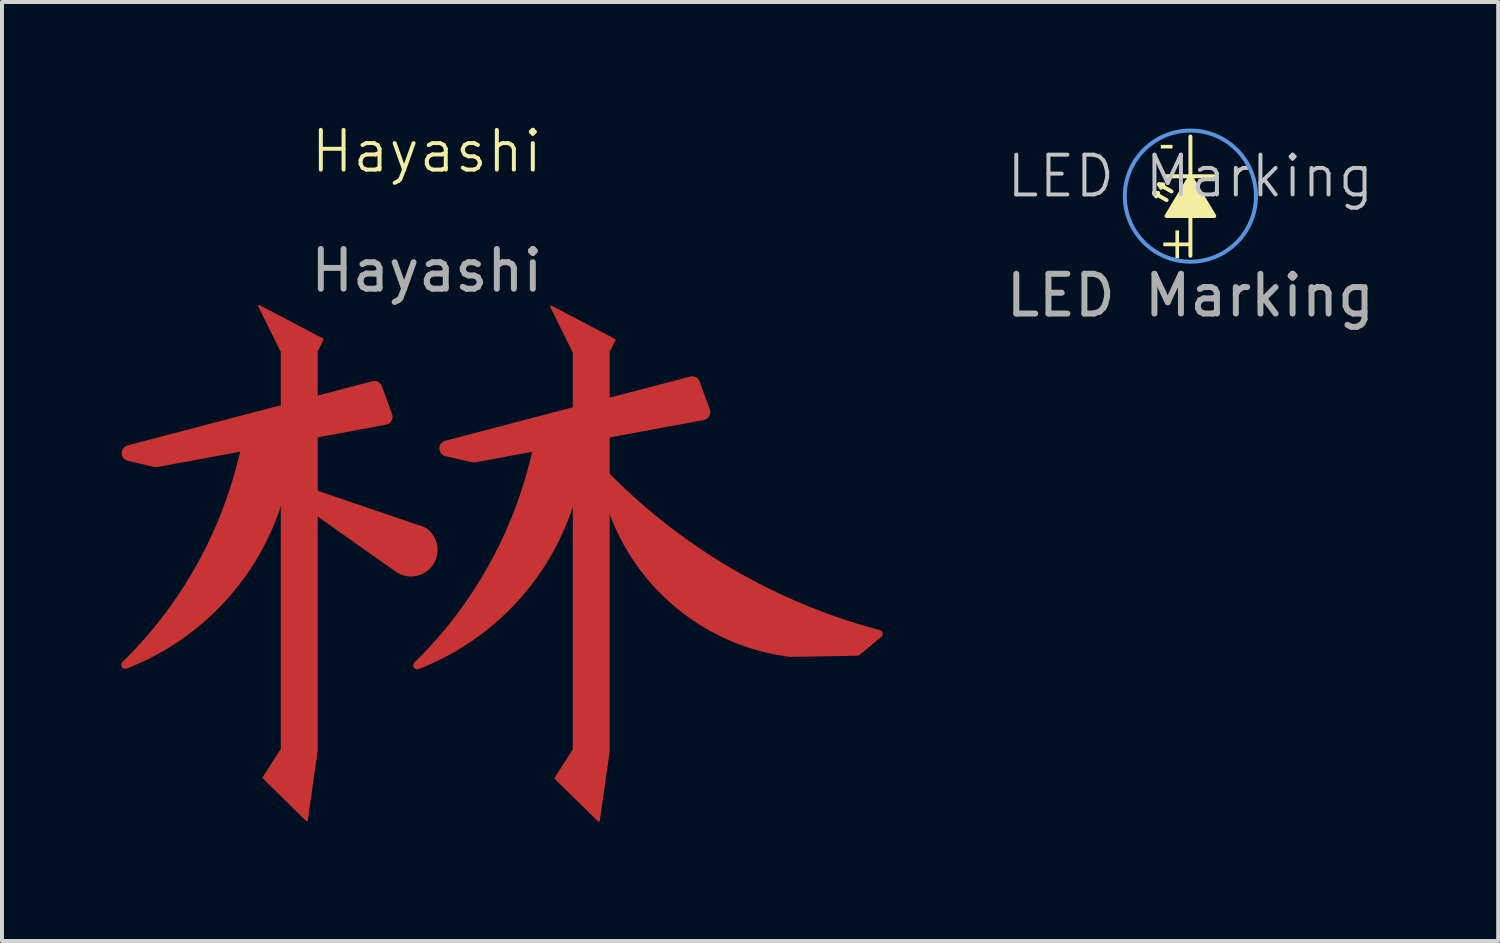
<source format=kicad_pcb>
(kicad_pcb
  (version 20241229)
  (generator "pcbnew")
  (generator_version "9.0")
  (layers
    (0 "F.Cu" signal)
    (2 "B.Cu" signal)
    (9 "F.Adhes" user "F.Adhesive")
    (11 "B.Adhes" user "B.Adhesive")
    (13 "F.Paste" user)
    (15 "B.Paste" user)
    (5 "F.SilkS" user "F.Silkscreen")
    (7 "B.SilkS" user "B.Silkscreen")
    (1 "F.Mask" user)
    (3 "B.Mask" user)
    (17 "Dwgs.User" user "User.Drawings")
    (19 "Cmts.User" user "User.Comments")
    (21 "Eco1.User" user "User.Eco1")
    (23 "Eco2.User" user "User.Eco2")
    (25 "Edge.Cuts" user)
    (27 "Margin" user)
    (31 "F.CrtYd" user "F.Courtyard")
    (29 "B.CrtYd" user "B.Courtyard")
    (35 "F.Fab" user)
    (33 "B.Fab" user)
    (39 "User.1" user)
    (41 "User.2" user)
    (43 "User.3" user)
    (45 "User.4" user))
  (footprint "Hayashi"
    (layer "F.Cu")
    (at 7.69 1.26)
    (property "Reference" "Hayashi" (at 0 -0.5 0) (unlocked yes) (layer "F.SilkS") (effects (font (size 1 1) (thickness 0.1))))
    (attr through_hole)
    (fp_poly (pts (xy -2.62 4.23) (xy -2.77 4.52) (xy -2.77 14.58) (xy -3.02 16.33) (xy -4.11 15.26) (xy -3.65 14.54) (xy -3.65 4.54) (xy -4.22 3.39)) (stroke (width 0.05) (type solid)) (fill yes) (layer "F.Cu"))
    (fp_poly (pts (xy 4.727 4.243) (xy 4.577 4.533) (xy 4.577 14.593) (xy 4.327 16.343) (xy 3.237 15.273) (xy 3.697 14.553) (xy 3.697 4.553) (xy 3.127 3.403)) (stroke (width 0.05) (type solid)) (fill yes) (layer "F.Cu"))
    (fp_poly (pts (xy -6.837 7.342) (xy -6.797 7.343) (xy -3.087 6.657) (xy -3.087 6.657) (arc (start -1.043443 6.278066) (mid -0.974777 6.229263) (end -0.967764 6.145313)) (arc (start -1.225699 5.441854) (mid -1.273273 5.387651) (end -1.344936 5.379547)) (arc (start -7.5049 6.993754) (mid -7.579541 7.091928) (end -7.502103 7.187912))) (stroke (width 0.2) (type solid)) (fill yes) (layer "F.Cu"))
    (fp_poly (pts (xy 1.158 7.225) (xy 1.199 7.226) (xy 4.908 6.539) (xy 4.908 6.539) (arc (start 6.951666 6.161028) (mid 7.020332 6.112225) (end 7.027345 6.028275)) (arc (start 6.76941 5.324816) (mid 6.721834 5.270618) (end 6.650173 5.262509)) (arc (start 0.490209 6.876716) (mid 0.415568 6.97489) (end 0.493006 7.070874))) (stroke (width 0.2) (type solid)) (fill yes) (layer "F.Cu"))
    (fp_poly (pts (xy -2.78 8.54) (xy -2.76 8.14) (arc (start -0.09 9.05) (mid 0.071305 9.847698) (end -0.73 9.99))) (stroke (width 0.2) (type solid)) (fill yes) (layer "F.Cu"))
    (fp_poly (pts (xy -3.67 6.91) (arc (start -3.65 8) (mid -5.087257 10.684889) (end -7.59 12.42)) (arc (start -7.59 12.42) (mid -5.719372 9.97861) (end -4.61 7.11))) (stroke (width 0.2) (type solid)) (fill yes) (layer "F.Cu"))
    (fp_poly (pts (xy 3.677 6.923) (arc (start 3.696995 8.012703) (mid 2.259738 10.697592) (end -0.243005 12.432703)) (arc (start -0.243005 12.432703) (mid 1.627623 9.991313) (end 2.736995 7.122703))) (stroke (width 0.2) (type solid)) (fill yes) (layer "F.Cu"))
    (fp_poly (pts (xy 10.83 12.09) (arc (start 11.37 11.64) (mid 7.684421 10.118727) (end 4.53 7.68)) (arc (start 4.53 8.07) (mid 6.218005 10.804535) (end 9.15 12.12))) (stroke (width 0.2) (type solid)) (fill yes) (layer "F.Cu"))
    (fp_text user "${REFERENCE}" (at 0 2.5 0) (unlocked yes) (layer "F.Fab") (effects (font (size 1 1) (thickness 0.15)))))
  (footprint "LED Marking"
    (layer "F.Cu")
    (at 26.904 1.885)
    (property "Reference" "LED Marking" (at 0 -0.5 0) (unlocked yes) (layer "Dwgs.User") (effects (font (size 1 1) (thickness 0.1))))
    (attr board_only exclude_from_pos_files exclude_from_bom)
    (fp_line (start -0.912 -0.08) (end -0.812 -0.08) (stroke (width 0.1) (type default)) (layer "F.SilkS"))
    (fp_line (start -0.862 0.006) (end -0.912 -0.08) (stroke (width 0.1) (type solid)) (layer "F.SilkS"))
    (fp_line (start -0.787 -0.297) (end -0.687 -0.297) (stroke (width 0.1) (type default)) (layer "F.SilkS"))
    (fp_line (start -0.737 -0.21) (end -0.787 -0.297) (stroke (width 0.1) (type solid)) (layer "F.SilkS"))
    (fp_line (start -0.6 -0.5) (end 0.6 -0.5) (stroke (width 0.1) (type default)) (layer "F.SilkS"))
    (fp_line (start -0.6 0.1) (end -0.912 -0.08) (stroke (width 0.1) (type solid)) (layer "F.SilkS"))
    (fp_line (start -0.475 -0.117) (end -0.787 -0.297) (stroke (width 0.1) (type solid)) (layer "F.SilkS"))
    (fp_line (start 0 -1.5) (end 0 -0.5) (stroke (width 0.1) (type default)) (layer "F.SilkS"))
    (fp_line (start 0 0.5) (end 0 1.5) (stroke (width 0.1) (type default)) (layer "F.SilkS"))
    (fp_poly (pts (xy 0 -0.5) (xy -0.6 0.5) (xy 0.6 0.5)) (stroke (width 0.1) (type solid)) (fill yes) (layer "F.SilkS"))
    (fp_circle (center 0 0) (end 1.65 0) (stroke (width 0.1) (type solid)) (fill no) (layer "Cmts.User"))
    (fp_text user "-" (at -0.8 -0.8 0) (unlocked yes) (layer "F.SilkS") (effects (font (face "MesloLGL Nerd Font Mono") (size 0.8 0.8) (thickness 0.1)) (justify left bottom)))
    (fp_text user "+" (at -0.8 1.7 0) (unlocked yes) (layer "F.SilkS") (effects (font (face "MesloLGL Nerd Font Mono") (size 0.8 0.8) (thickness 0.1)) (justify left bottom)))
    (fp_text user "${REFERENCE}" (at 0 2.5 0) (unlocked yes) (layer "F.Fab") (effects (font (size 1 1) (thickness 0.15)))))
  (gr_rect
    (start -3 -3)
    (end 34.648 20.628)
    (stroke (width 0.1) (type default))
    (fill no)
    (layer "Edge.Cuts")))
</source>
